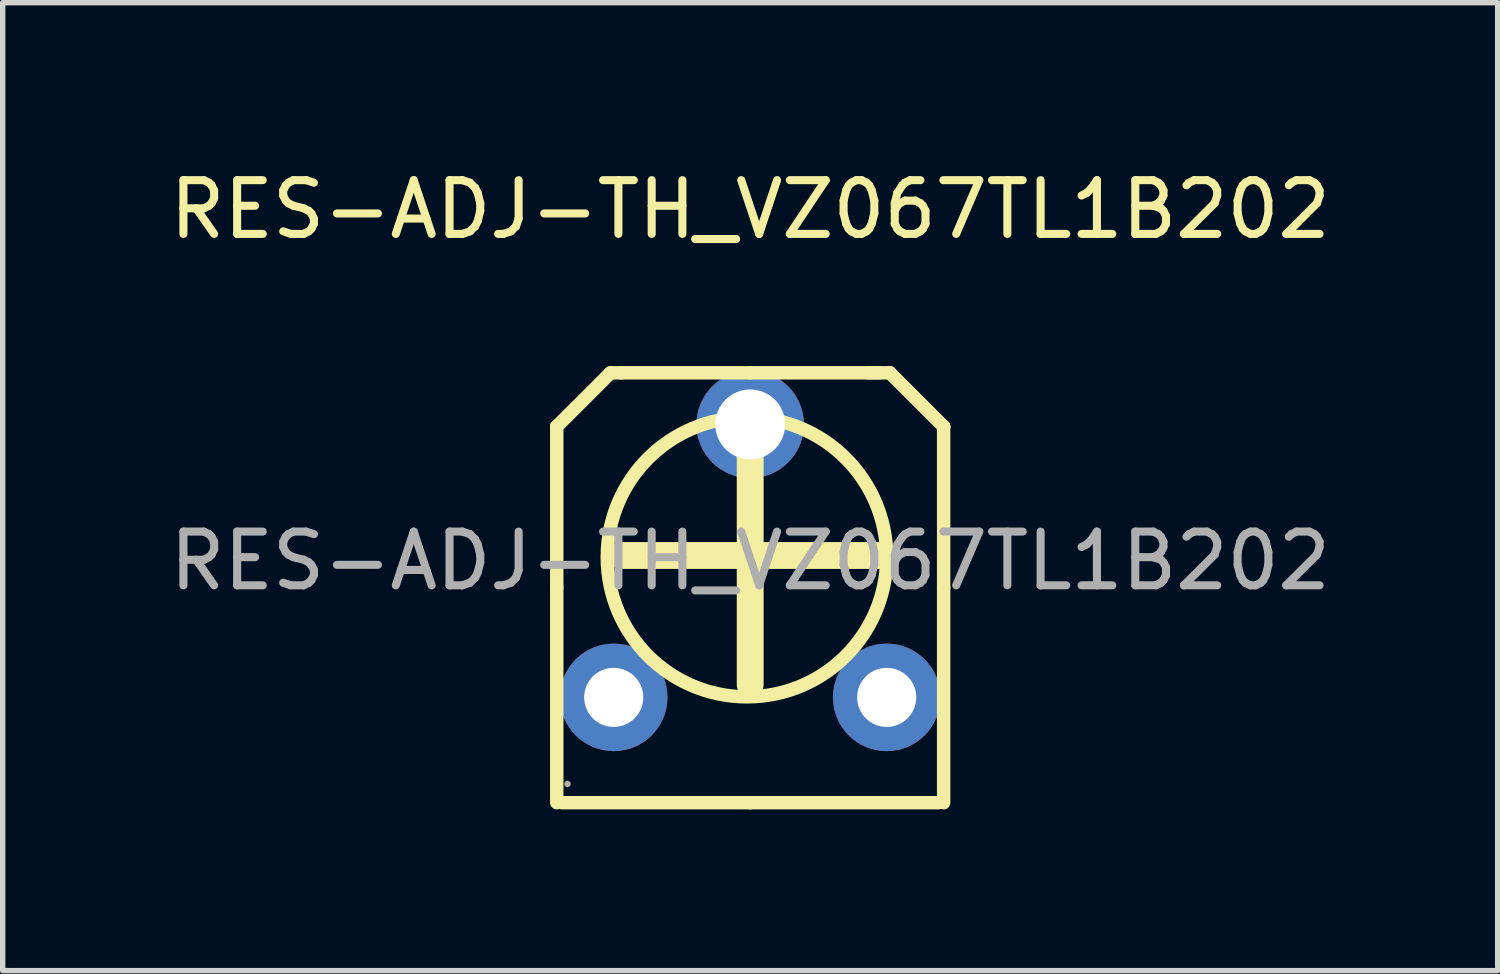
<source format=kicad_pcb>
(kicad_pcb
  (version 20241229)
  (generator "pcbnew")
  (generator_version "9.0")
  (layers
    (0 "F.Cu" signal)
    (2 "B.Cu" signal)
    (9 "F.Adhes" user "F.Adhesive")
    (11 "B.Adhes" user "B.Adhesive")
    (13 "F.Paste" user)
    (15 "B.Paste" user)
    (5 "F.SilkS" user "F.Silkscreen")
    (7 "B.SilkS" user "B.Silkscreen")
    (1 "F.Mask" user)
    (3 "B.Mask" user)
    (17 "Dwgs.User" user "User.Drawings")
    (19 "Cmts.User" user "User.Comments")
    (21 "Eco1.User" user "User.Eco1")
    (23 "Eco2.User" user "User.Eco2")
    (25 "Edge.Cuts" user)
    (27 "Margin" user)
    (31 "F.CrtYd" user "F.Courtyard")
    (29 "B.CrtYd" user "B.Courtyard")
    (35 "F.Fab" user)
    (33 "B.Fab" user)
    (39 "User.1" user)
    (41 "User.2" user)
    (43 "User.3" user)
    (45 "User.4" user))
  (footprint "RES-ADJ-TH_VZ067TL1B202"
    (layer "F.Cu")
    (at 10.911 7.388)
    (property "Reference" "RES-ADJ-TH_VZ067TL1B202" (at 0 -6.54 0) (layer "F.SilkS") (effects (font (size 1 1) (thickness 0.15))))
    (attr smd)
    (fp_line (start -3.6 -2.5) (end -3.6 -2.5) (stroke (width 0.25) (type solid)) (layer "F.SilkS"))
    (fp_line (start -3.6 -2.5) (end -2.6 -3.5) (stroke (width 0.25) (type solid)) (layer "F.SilkS"))
    (fp_line (start -3.6 0.5) (end -3.6 -2.5) (stroke (width 0.25) (type solid)) (layer "F.SilkS"))
    (fp_line (start -3.6 0.5) (end -3.6 4.5) (stroke (width 0.25) (type solid)) (layer "F.SilkS"))
    (fp_line (start -3.5 4.5) (end 0 4.5) (stroke (width 0.25) (type solid)) (layer "F.SilkS"))
    (fp_line (start -2.6 -3.5) (end -2.4 -3.5) (stroke (width 0.25) (type solid)) (layer "F.SilkS"))
    (fp_line (start -2.4 -0.1) (end 2.4 -0.1) (stroke (width 0.5) (type solid)) (layer "F.SilkS"))
    (fp_line (start 0 -3.5) (end -2.4 -3.5) (stroke (width 0.25) (type solid)) (layer "F.SilkS"))
    (fp_line (start 0 2.3) (end 0 -2.5) (stroke (width 0.5) (type solid)) (layer "F.SilkS"))
    (fp_line (start 0 4.5) (end 3.5 4.5) (stroke (width 0.25) (type solid)) (layer "F.SilkS"))
    (fp_line (start 2.4 -3.5) (end 0 -3.5) (stroke (width 0.25) (type solid)) (layer "F.SilkS"))
    (fp_line (start 2.6 -3.5) (end 2.2 -3.5) (stroke (width 0.25) (type solid)) (layer "F.SilkS"))
    (fp_line (start 3.6 -2.5) (end 2.6 -3.5) (stroke (width 0.25) (type solid)) (layer "F.SilkS"))
    (fp_line (start 3.6 -2.5) (end 3.6 -2.5) (stroke (width 0.25) (type solid)) (layer "F.SilkS"))
    (fp_line (start 3.6 0.5) (end 3.6 -2.5) (stroke (width 0.25) (type solid)) (layer "F.SilkS"))
    (fp_line (start 3.6 0.5) (end 3.6 4.5) (stroke (width 0.25) (type solid)) (layer "F.SilkS"))
    (fp_circle (center -0.06 -0.07) (end 2.54 -0.07) (stroke (width 0.25) (type solid)) (fill no) (layer "F.SilkS"))
    (fp_circle (center -3.4 4.15) (end -3.37 4.15) (stroke (width 0.06) (type solid)) (fill no) (layer "F.Fab"))
    (fp_text user "${REFERENCE}" (at 0 0 0) (layer "F.Fab") (effects (font (size 1 1) (thickness 0.15))))
    (pad "1" thru_hole circle (at -2.54 2.54 270) (size 2 2) (drill 1.1) (layers "*.Cu" "*.Paste" "*.Mask"))
    (pad "2" thru_hole circle (at 0 -2.54 270) (size 2 2) (drill 1.3) (layers "*.Cu" "*.Paste" "*.Mask"))
    (pad "3" thru_hole circle (at 2.54 2.54 270) (size 2 2) (drill 1.1) (layers "*.Cu" "*.Paste" "*.Mask")))
  (gr_rect
    (start -3 -3)
    (end 24.821 15.013)
    (stroke (width 0.1) (type default))
    (fill no)
    (layer "Edge.Cuts")))
</source>
